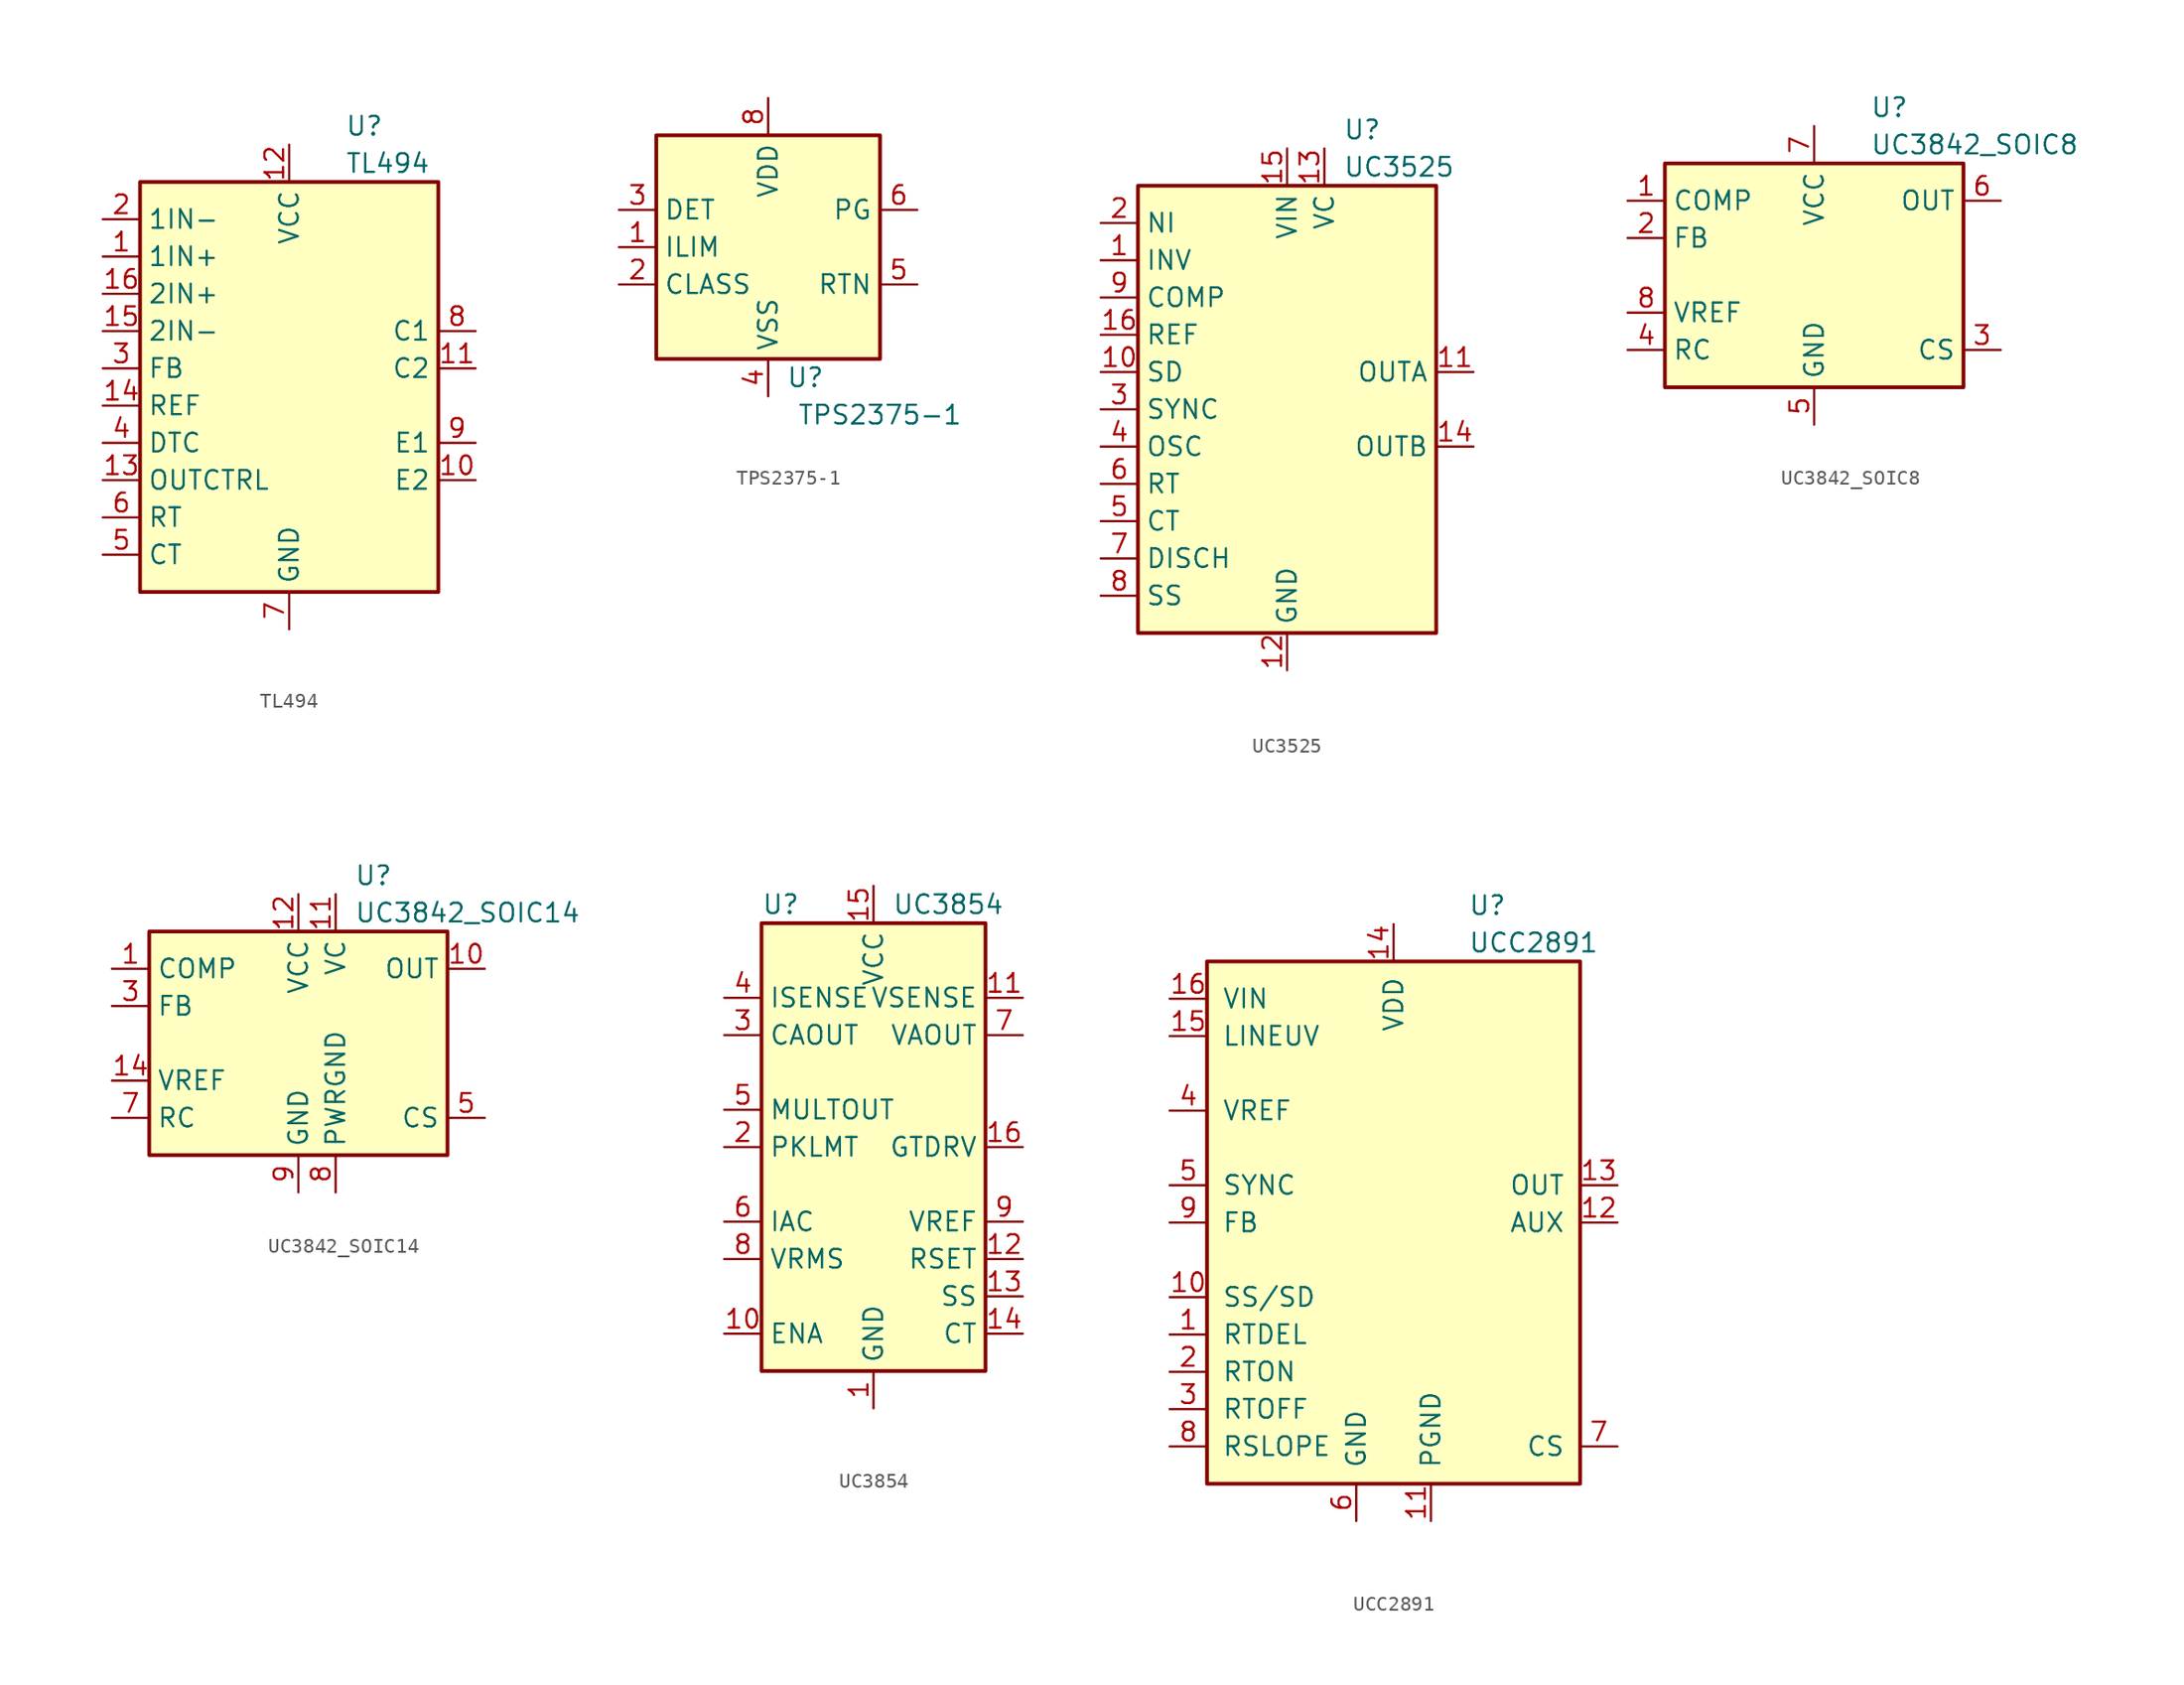
<source format=kicad_sym>
(kicad_symbol_lib
  (version 20211014)
  (generator kicad_symbol_editor)
  (symbol "TL494"
    (property "Reference" "U"
      (at 3.81 19.05 0)
      (effects (font (size 1.27 1.27)) (justify left)))
    (property "Value" "TL494"
      (at 3.81 16.51 0)
      (effects (font (size 1.27 1.27)) (justify left)))
    (symbol "TL494_0_1"
      (rectangle (start -10.16 -12.7) (end 10.16 15.24) (stroke (width 0.254) (type default) (color 0 0 0 0)) (fill (type background))))
    (symbol "TL494_1_1"
      (pin input line (at -12.7 10.16 0) (length 2.54) (name "1IN+" (effects (font (size 1.27 1.27)))) (number "1" (effects (font (size 1.27 1.27)))))
      (pin passive line (at 12.7 -5.08 180) (length 2.54) (name "E2" (effects (font (size 1.27 1.27)))) (number "10" (effects (font (size 1.27 1.27)))))
      (pin passive line (at 12.7 2.54 180) (length 2.54) (name "C2" (effects (font (size 1.27 1.27)))) (number "11" (effects (font (size 1.27 1.27)))))
      (pin power_in line (at 0 17.78 270) (length 2.54) (name "VCC" (effects (font (size 1.27 1.27)))) (number "12" (effects (font (size 1.27 1.27)))))
      (pin input line (at -12.7 -5.08 0) (length 2.54) (name "OUTCTRL" (effects (font (size 1.27 1.27)))) (number "13" (effects (font (size 1.27 1.27)))))
      (pin power_out line (at -12.7 0 0) (length 2.54) (name "REF" (effects (font (size 1.27 1.27)))) (number "14" (effects (font (size 1.27 1.27)))))
      (pin input line (at -12.7 5.08 0) (length 2.54) (name "2IN-" (effects (font (size 1.27 1.27)))) (number "15" (effects (font (size 1.27 1.27)))))
      (pin input line (at -12.7 7.62 0) (length 2.54) (name "2IN+" (effects (font (size 1.27 1.27)))) (number "16" (effects (font (size 1.27 1.27)))))
      (pin input line (at -12.7 12.7 0) (length 2.54) (name "1IN-" (effects (font (size 1.27 1.27)))) (number "2" (effects (font (size 1.27 1.27)))))
      (pin output line (at -12.7 2.54 0) (length 2.54) (name "FB" (effects (font (size 1.27 1.27)))) (number "3" (effects (font (size 1.27 1.27)))))
      (pin input line (at -12.7 -2.54 0) (length 2.54) (name "DTC" (effects (font (size 1.27 1.27)))) (number "4" (effects (font (size 1.27 1.27)))))
      (pin passive line (at -12.7 -10.16 0) (length 2.54) (name "CT" (effects (font (size 1.27 1.27)))) (number "5" (effects (font (size 1.27 1.27)))))
      (pin passive line (at -12.7 -7.62 0) (length 2.54) (name "RT" (effects (font (size 1.27 1.27)))) (number "6" (effects (font (size 1.27 1.27)))))
      (pin power_in line (at 0 -15.24 90) (length 2.54) (name "GND" (effects (font (size 1.27 1.27)))) (number "7" (effects (font (size 1.27 1.27)))))
      (pin passive line (at 12.7 5.08 180) (length 2.54) (name "C1" (effects (font (size 1.27 1.27)))) (number "8" (effects (font (size 1.27 1.27)))))
      (pin passive line (at 12.7 -2.54 180) (length 2.54) (name "E1" (effects (font (size 1.27 1.27)))) (number "9" (effects (font (size 1.27 1.27)))))))
  (symbol "TPS2375-1"
    (property "Reference" "U"
      (at 2.54 -8.89 0)
      (effects (font (size 1.27 1.27))))
    (property "Value" "TPS2375-1"
      (at 7.62 -11.43 0)
      (effects (font (size 1.27 1.27))))
    (symbol "TPS2375-1_0_1"
      (rectangle (start -7.62 7.62) (end 7.62 -7.62) (stroke (width 0.254) (type default) (color 0 0 0 0)) (fill (type background))))
    (symbol "TPS2375-1_1_1"
      (pin passive line (at -10.16 0 0) (length 2.54) (name "ILIM" (effects (font (size 1.27 1.27)))) (number "1" (effects (font (size 1.27 1.27)))))
      (pin passive line (at -10.16 -2.54 0) (length 2.54) (name "CLASS" (effects (font (size 1.27 1.27)))) (number "2" (effects (font (size 1.27 1.27)))))
      (pin passive line (at -10.16 2.54 0) (length 2.54) (name "DET" (effects (font (size 1.27 1.27)))) (number "3" (effects (font (size 1.27 1.27)))))
      (pin power_in line (at 0 -10.16 90) (length 2.54) (name "VSS" (effects (font (size 1.27 1.27)))) (number "4" (effects (font (size 1.27 1.27)))))
      (pin power_out line (at 10.16 -2.54 180) (length 2.54) (name "RTN" (effects (font (size 1.27 1.27)))) (number "5" (effects (font (size 1.27 1.27)))))
      (pin open_collector line (at 10.16 2.54 180) (length 2.54) (name "PG" (effects (font (size 1.27 1.27)))) (number "6" (effects (font (size 1.27 1.27)))))
      (pin no_connect line (at 7.62 0 180) (length 2.54) hide (name "NC" (effects (font (size 1.27 1.27)))) (number "7" (effects (font (size 1.27 1.27)))))
      (pin power_in line (at 0 10.16 270) (length 2.54) (name "VDD" (effects (font (size 1.27 1.27)))) (number "8" (effects (font (size 1.27 1.27)))))))
  (symbol "UC3525"
    (property "Reference" "U"
      (at 3.81 19.05 0)
      (effects (font (size 1.27 1.27)) (justify left)))
    (property "Value" "UC3525"
      (at 3.81 16.51 0)
      (effects (font (size 1.27 1.27)) (justify left)))
    (symbol "UC3525_0_1"
      (rectangle (start -10.16 -15.24) (end 10.16 15.24) (stroke (width 0.254) (type default) (color 0 0 0 0)) (fill (type background))))
    (symbol "UC3525_1_1"
      (pin input line (at -12.7 10.16 0) (length 2.54) (name "INV" (effects (font (size 1.27 1.27)))) (number "1" (effects (font (size 1.27 1.27)))))
      (pin passive line (at -12.7 2.54 0) (length 2.54) (name "SD" (effects (font (size 1.27 1.27)))) (number "10" (effects (font (size 1.27 1.27)))))
      (pin output line (at 12.7 2.54 180) (length 2.54) (name "OUTA" (effects (font (size 1.27 1.27)))) (number "11" (effects (font (size 1.27 1.27)))))
      (pin power_in line (at 0 -17.78 90) (length 2.54) (name "GND" (effects (font (size 1.27 1.27)))) (number "12" (effects (font (size 1.27 1.27)))))
      (pin power_in line (at 2.54 17.78 270) (length 2.54) (name "VC" (effects (font (size 1.27 1.27)))) (number "13" (effects (font (size 1.27 1.27)))))
      (pin output line (at 12.7 -2.54 180) (length 2.54) (name "OUTB" (effects (font (size 1.27 1.27)))) (number "14" (effects (font (size 1.27 1.27)))))
      (pin power_in line (at 0 17.78 270) (length 2.54) (name "VIN" (effects (font (size 1.27 1.27)))) (number "15" (effects (font (size 1.27 1.27)))))
      (pin power_in line (at -12.7 5.08 0) (length 2.54) (name "REF" (effects (font (size 1.27 1.27)))) (number "16" (effects (font (size 1.27 1.27)))))
      (pin input line (at -12.7 12.7 0) (length 2.54) (name "NI" (effects (font (size 1.27 1.27)))) (number "2" (effects (font (size 1.27 1.27)))))
      (pin passive line (at -12.7 0 0) (length 2.54) (name "SYNC" (effects (font (size 1.27 1.27)))) (number "3" (effects (font (size 1.27 1.27)))))
      (pin output line (at -12.7 -2.54 0) (length 2.54) (name "OSC" (effects (font (size 1.27 1.27)))) (number "4" (effects (font (size 1.27 1.27)))))
      (pin passive line (at -12.7 -7.62 0) (length 2.54) (name "CT" (effects (font (size 1.27 1.27)))) (number "5" (effects (font (size 1.27 1.27)))))
      (pin passive line (at -12.7 -5.08 0) (length 2.54) (name "RT" (effects (font (size 1.27 1.27)))) (number "6" (effects (font (size 1.27 1.27)))))
      (pin open_collector line (at -12.7 -10.16 0) (length 2.54) (name "DISCH" (effects (font (size 1.27 1.27)))) (number "7" (effects (font (size 1.27 1.27)))))
      (pin passive line (at -12.7 -12.7 0) (length 2.54) (name "SS" (effects (font (size 1.27 1.27)))) (number "8" (effects (font (size 1.27 1.27)))))
      (pin passive line (at -12.7 7.62 0) (length 2.54) (name "COMP" (effects (font (size 1.27 1.27)))) (number "9" (effects (font (size 1.27 1.27)))))))
  (symbol "UC3842_SOIC8"
    (property "Reference" "U"
      (at 3.81 11.43 0)
      (effects (font (size 1.27 1.27)) (justify left)))
    (property "Value" "UC3842_SOIC8"
      (at 3.81 8.89 0)
      (effects (font (size 1.27 1.27)) (justify left)))
    (symbol "UC3842_SOIC8_0_1"
      (rectangle (start -10.16 -7.62) (end 10.16 7.62) (stroke (width 0.254) (type default) (color 0 0 0 0)) (fill (type background))))
    (symbol "UC3842_SOIC8_1_1"
      (pin passive line (at -12.7 5.08 0) (length 2.54) (name "COMP" (effects (font (size 1.27 1.27)))) (number "1" (effects (font (size 1.27 1.27)))))
      (pin input line (at -12.7 2.54 0) (length 2.54) (name "FB" (effects (font (size 1.27 1.27)))) (number "2" (effects (font (size 1.27 1.27)))))
      (pin input line (at 12.7 -5.08 180) (length 2.54) (name "CS" (effects (font (size 1.27 1.27)))) (number "3" (effects (font (size 1.27 1.27)))))
      (pin passive line (at -12.7 -5.08 0) (length 2.54) (name "RC" (effects (font (size 1.27 1.27)))) (number "4" (effects (font (size 1.27 1.27)))))
      (pin power_in line (at 0 -10.16 90) (length 2.54) (name "GND" (effects (font (size 1.27 1.27)))) (number "5" (effects (font (size 1.27 1.27)))))
      (pin output line (at 12.7 5.08 180) (length 2.54) (name "OUT" (effects (font (size 1.27 1.27)))) (number "6" (effects (font (size 1.27 1.27)))))
      (pin power_in line (at 0 10.16 270) (length 2.54) (name "VCC" (effects (font (size 1.27 1.27)))) (number "7" (effects (font (size 1.27 1.27)))))
      (pin power_out line (at -12.7 -2.54 0) (length 2.54) (name "VREF" (effects (font (size 1.27 1.27)))) (number "8" (effects (font (size 1.27 1.27)))))))
  (symbol "UC3842_SOIC14"
    (property "Reference" "U"
      (at 3.81 11.43 0)
      (effects (font (size 1.27 1.27)) (justify left)))
    (property "Value" "UC3842_SOIC14"
      (at 3.81 8.89 0)
      (effects (font (size 1.27 1.27)) (justify left)))
    (symbol "UC3842_SOIC14_0_1"
      (rectangle (start -10.16 -7.62) (end 10.16 7.62) (stroke (width 0.254) (type default) (color 0 0 0 0)) (fill (type background))))
    (symbol "UC3842_SOIC14_1_1"
      (pin passive line (at -12.7 5.08 0) (length 2.54) (name "COMP" (effects (font (size 1.27 1.27)))) (number "1" (effects (font (size 1.27 1.27)))))
      (pin output line (at 12.7 5.08 180) (length 2.54) (name "OUT" (effects (font (size 1.27 1.27)))) (number "10" (effects (font (size 1.27 1.27)))))
      (pin power_in line (at 2.54 10.16 270) (length 2.54) (name "VC" (effects (font (size 1.27 1.27)))) (number "11" (effects (font (size 1.27 1.27)))))
      (pin power_in line (at 0 10.16 270) (length 2.54) (name "VCC" (effects (font (size 1.27 1.27)))) (number "12" (effects (font (size 1.27 1.27)))))
      (pin no_connect line (at -2.54 -7.62 90) (length 2.54) hide (name "NC" (effects (font (size 1.27 1.27)))) (number "13" (effects (font (size 1.27 1.27)))))
      (pin power_out line (at -12.7 -2.54 0) (length 2.54) (name "VREF" (effects (font (size 1.27 1.27)))) (number "14" (effects (font (size 1.27 1.27)))))
      (pin no_connect line (at -10.16 -7.62 90) (length 2.54) hide (name "NC" (effects (font (size 1.27 1.27)))) (number "2" (effects (font (size 1.27 1.27)))))
      (pin input line (at -12.7 2.54 0) (length 2.54) (name "FB" (effects (font (size 1.27 1.27)))) (number "3" (effects (font (size 1.27 1.27)))))
      (pin no_connect line (at -7.62 -7.62 90) (length 2.54) hide (name "NC" (effects (font (size 1.27 1.27)))) (number "4" (effects (font (size 1.27 1.27)))))
      (pin input line (at 12.7 -5.08 180) (length 2.54) (name "CS" (effects (font (size 1.27 1.27)))) (number "5" (effects (font (size 1.27 1.27)))))
      (pin no_connect line (at -5.08 -7.62 90) (length 2.54) hide (name "NC" (effects (font (size 1.27 1.27)))) (number "6" (effects (font (size 1.27 1.27)))))
      (pin passive line (at -12.7 -5.08 0) (length 2.54) (name "RC" (effects (font (size 1.27 1.27)))) (number "7" (effects (font (size 1.27 1.27)))))
      (pin power_in line (at 2.54 -10.16 90) (length 2.54) (name "PWRGND" (effects (font (size 1.27 1.27)))) (number "8" (effects (font (size 1.27 1.27)))))
      (pin power_in line (at 0 -10.16 90) (length 2.54) (name "GND" (effects (font (size 1.27 1.27)))) (number "9" (effects (font (size 1.27 1.27)))))))
  (symbol "UC3854"
    (property "Reference" "U"
      (at -7.62 16.51 0)
      (effects (font (size 1.27 1.27)) (justify left)))
    (property "Value" "UC3854"
      (at 1.27 16.51 0)
      (effects (font (size 1.27 1.27)) (justify left)))
    (symbol "UC3854_0_0"
      (rectangle (start -7.62 15.24) (end 7.62 -15.24) (stroke (width 0.254) (type default) (color 0 0 0 0)) (fill (type background))))
    (symbol "UC3854_1_1"
      (pin power_in line (at 0 -17.78 90) (length 2.54) (name "GND" (effects (font (size 1.27 1.27)))) (number "1" (effects (font (size 1.27 1.27)))))
      (pin input line (at -10.16 -12.7 0) (length 2.54) (name "ENA" (effects (font (size 1.27 1.27)))) (number "10" (effects (font (size 1.27 1.27)))))
      (pin input line (at 10.16 10.16 180) (length 2.54) (name "VSENSE" (effects (font (size 1.27 1.27)))) (number "11" (effects (font (size 1.27 1.27)))))
      (pin passive line (at 10.16 -7.62 180) (length 2.54) (name "RSET" (effects (font (size 1.27 1.27)))) (number "12" (effects (font (size 1.27 1.27)))))
      (pin passive line (at 10.16 -10.16 180) (length 2.54) (name "SS" (effects (font (size 1.27 1.27)))) (number "13" (effects (font (size 1.27 1.27)))))
      (pin passive line (at 10.16 -12.7 180) (length 2.54) (name "CT" (effects (font (size 1.27 1.27)))) (number "14" (effects (font (size 1.27 1.27)))))
      (pin power_in line (at 0 17.78 270) (length 2.54) (name "VCC" (effects (font (size 1.27 1.27)))) (number "15" (effects (font (size 1.27 1.27)))))
      (pin output line (at 10.16 0 180) (length 2.54) (name "GTDRV" (effects (font (size 1.27 1.27)))) (number "16" (effects (font (size 1.27 1.27)))))
      (pin input line (at -10.16 0 0) (length 2.54) (name "PKLMT" (effects (font (size 1.27 1.27)))) (number "2" (effects (font (size 1.27 1.27)))))
      (pin output line (at -10.16 7.62 0) (length 2.54) (name "CAOUT" (effects (font (size 1.27 1.27)))) (number "3" (effects (font (size 1.27 1.27)))))
      (pin input line (at -10.16 10.16 0) (length 2.54) (name "ISENSE" (effects (font (size 1.27 1.27)))) (number "4" (effects (font (size 1.27 1.27)))))
      (pin passive line (at -10.16 2.54 0) (length 2.54) (name "MULTOUT" (effects (font (size 1.27 1.27)))) (number "5" (effects (font (size 1.27 1.27)))))
      (pin input line (at -10.16 -5.08 0) (length 2.54) (name "IAC" (effects (font (size 1.27 1.27)))) (number "6" (effects (font (size 1.27 1.27)))))
      (pin output line (at 10.16 7.62 180) (length 2.54) (name "VAOUT" (effects (font (size 1.27 1.27)))) (number "7" (effects (font (size 1.27 1.27)))))
      (pin input line (at -10.16 -7.62 0) (length 2.54) (name "VRMS" (effects (font (size 1.27 1.27)))) (number "8" (effects (font (size 1.27 1.27)))))
      (pin output line (at 10.16 -5.08 180) (length 2.54) (name "VREF" (effects (font (size 1.27 1.27)))) (number "9" (effects (font (size 1.27 1.27)))))))
  (symbol "UCC2891"
    (pin_names
      (offset 1.016))
    (property "Reference" "U"
      (at 5.08 21.59 0)
      (effects (font (size 1.27 1.27)) (justify left)))
    (property "Value" "UCC2891"
      (at 5.08 19.05 0)
      (effects (font (size 1.27 1.27)) (justify left)))
    (symbol "UCC2891_0_1"
      (rectangle (start -12.7 -17.78) (end 12.7 17.78) (stroke (width 0.254) (type default) (color 0 0 0 0)) (fill (type background))))
    (symbol "UCC2891_1_1"
      (pin passive line (at -15.24 -7.62 0) (length 2.54) (name "RTDEL" (effects (font (size 1.27 1.27)))) (number "1" (effects (font (size 1.27 1.27)))))
      (pin passive line (at -15.24 -5.08 0) (length 2.54) (name "SS/SD" (effects (font (size 1.27 1.27)))) (number "10" (effects (font (size 1.27 1.27)))))
      (pin power_in line (at 2.54 -20.32 90) (length 2.54) (name "PGND" (effects (font (size 1.27 1.27)))) (number "11" (effects (font (size 1.27 1.27)))))
      (pin output line (at 15.24 0 180) (length 2.54) (name "AUX" (effects (font (size 1.27 1.27)))) (number "12" (effects (font (size 1.27 1.27)))))
      (pin output line (at 15.24 2.54 180) (length 2.54) (name "OUT" (effects (font (size 1.27 1.27)))) (number "13" (effects (font (size 1.27 1.27)))))
      (pin power_in line (at 0 20.32 270) (length 2.54) (name "VDD" (effects (font (size 1.27 1.27)))) (number "14" (effects (font (size 1.27 1.27)))))
      (pin passive line (at -15.24 12.7 0) (length 2.54) (name "LINEUV" (effects (font (size 1.27 1.27)))) (number "15" (effects (font (size 1.27 1.27)))))
      (pin input line (at -15.24 15.24 0) (length 2.54) (name "VIN" (effects (font (size 1.27 1.27)))) (number "16" (effects (font (size 1.27 1.27)))))
      (pin passive line (at -15.24 -10.16 0) (length 2.54) (name "RTON" (effects (font (size 1.27 1.27)))) (number "2" (effects (font (size 1.27 1.27)))))
      (pin passive line (at -15.24 -12.7 0) (length 2.54) (name "RTOFF" (effects (font (size 1.27 1.27)))) (number "3" (effects (font (size 1.27 1.27)))))
      (pin output line (at -15.24 7.62 0) (length 2.54) (name "VREF" (effects (font (size 1.27 1.27)))) (number "4" (effects (font (size 1.27 1.27)))))
      (pin input line (at -15.24 2.54 0) (length 2.54) (name "SYNC" (effects (font (size 1.27 1.27)))) (number "5" (effects (font (size 1.27 1.27)))))
      (pin power_in line (at -2.54 -20.32 90) (length 2.54) (name "GND" (effects (font (size 1.27 1.27)))) (number "6" (effects (font (size 1.27 1.27)))))
      (pin input line (at 15.24 -15.24 180) (length 2.54) (name "CS" (effects (font (size 1.27 1.27)))) (number "7" (effects (font (size 1.27 1.27)))))
      (pin passive line (at -15.24 -15.24 0) (length 2.54) (name "RSLOPE" (effects (font (size 1.27 1.27)))) (number "8" (effects (font (size 1.27 1.27)))))
      (pin input line (at -15.24 0 0) (length 2.54) (name "FB" (effects (font (size 1.27 1.27)))) (number "9" (effects (font (size 1.27 1.27))))))))
</source>
